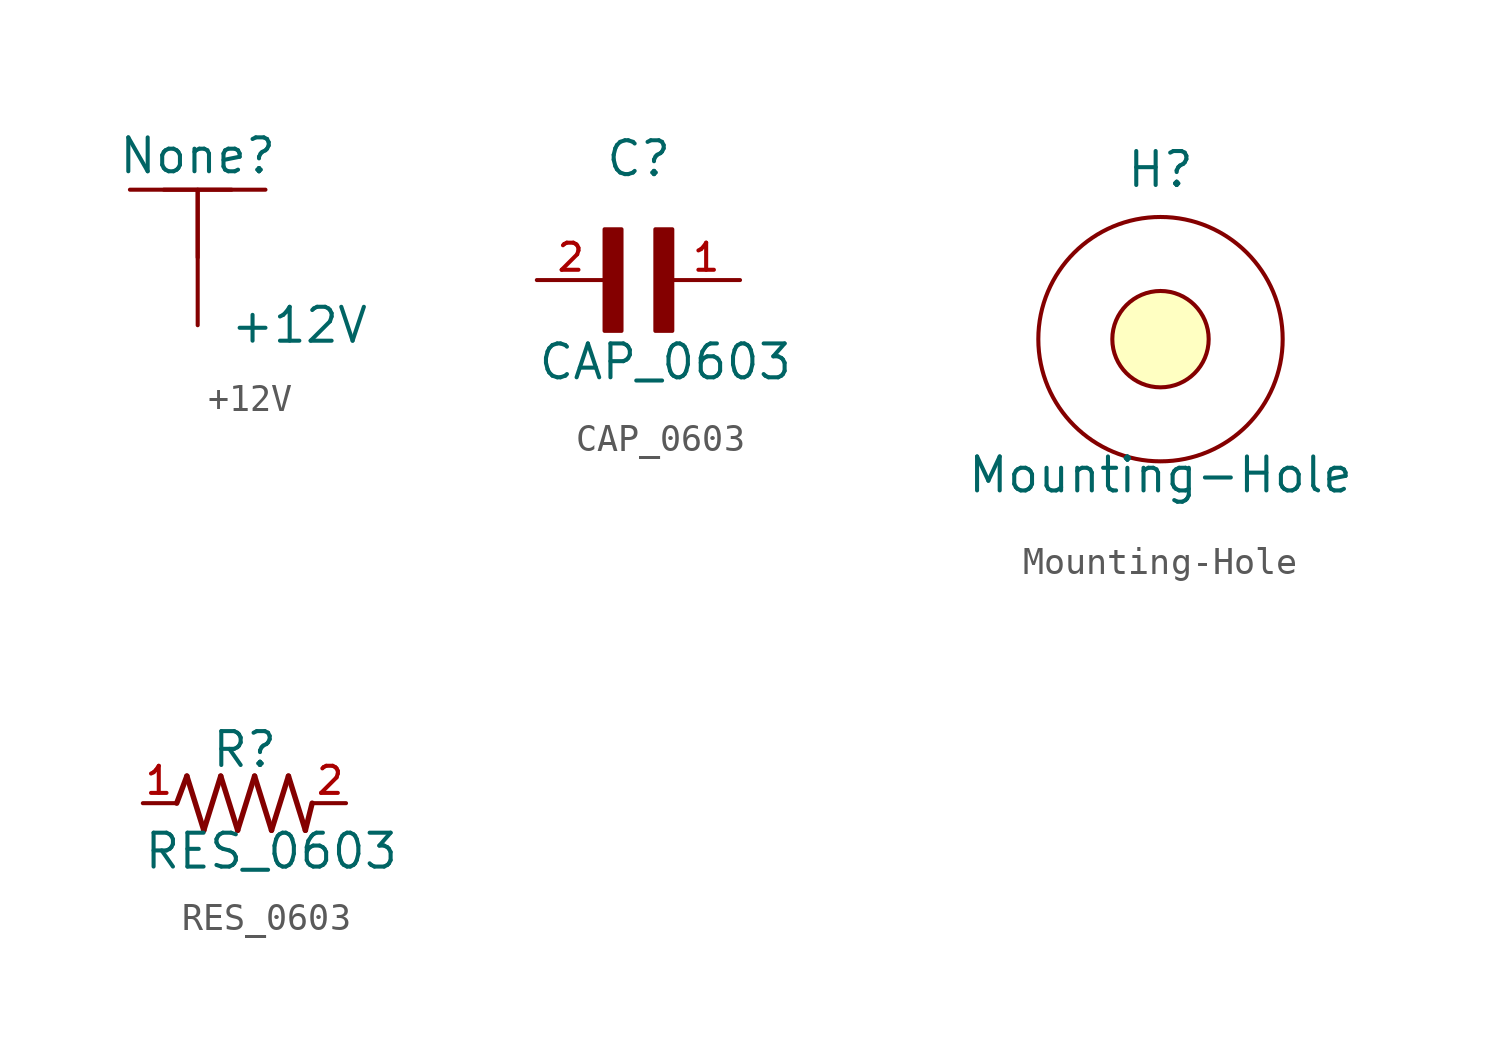
<source format=kicad_sym>
(kicad_symbol_lib
  (version 20211014)
  (generator kicad_symbol_editor)
  (symbol "+12V"
    (power)
    (pin_names
      (offset 1.016))
    (property "Reference" "None"
      (at 0 2.54 0)
      (effects (font (size 1.27 1.27))))
    (property "Value" "+12V"
      (at 3.81 -3.81 0)
      (effects (font (size 1.27 1.27))))
    (symbol "+12V_0_0"
      (pin power_in line (at 0 -3.81 90) (length 5.08) (name "~" (effects (font (size 1.016 1.016)))) (number "~" (effects (font (size 1.016 1.016))))))
    (symbol "+12V_0_1"
      (polyline (pts (xy -2.54 1.27) (xy 2.54 1.27)) (stroke (width 0) (type default) (color 0 0 0 0)) (fill (type none)))
      (polyline (pts (xy 0 -1.27) (xy 0 1.27) (xy -1.27 1.27) (xy 1.27 1.27)) (stroke (width 0) (type default) (color 0 0 0 0)) (fill (type none)))))
  (symbol "CAP_0603"
    (pin_names
      (offset 1.016) hide)
    (property "Reference" "C"
      (at -1.27 3.81 0)
      (effects (font (size 1.27 1.27)) (justify left bottom)))
    (property "Value" "CAP_0603"
      (at -3.81 -3.81 0)
      (effects (font (size 1.27 1.27)) (justify left bottom)))
    (property "ki_locked" ""
      (at 0 0 0)
      (effects (font (size 1.27 1.27))))
    (symbol "CAP_0603_0_0"
      (rectangle (start -1.27 -1.905) (end -0.635 1.905) (stroke (width 0) (type default) (color 0 0 0 0)) (fill (type outline)))
      (rectangle (start 0.635 -1.905) (end 1.27 1.905) (stroke (width 0) (type default) (color 0 0 0 0)) (fill (type outline)))
      (pin passive line (at 3.81 0 180) (length 2.54) (name "~" (effects (font (size 1.016 1.016)))) (number "1" (effects (font (size 1.016 1.016)))))
      (pin passive line (at -3.81 0 0) (length 2.54) (name "~" (effects (font (size 1.016 1.016)))) (number "2" (effects (font (size 1.016 1.016)))))))
  (symbol "Mounting-Hole"
    (pin_names
      (offset 1.016))
    (property "Reference" "H"
      (at 0 6.35 0)
      (effects (font (size 1.27 1.27))))
    (property "Value" "Mounting-Hole"
      (at 0 -5.08 0)
      (effects (font (size 1.27 1.27))))
    (symbol "Mounting-Hole_0_1"
      (circle (center 0 0) (radius 1.803) (stroke (width 0) (type default) (color 0 0 0 0)) (fill (type background)))
      (circle (center 0 0) (radius 4.572) (stroke (width 0) (type default) (color 0 0 0 0)) (fill (type none)))))
  (symbol "RES_0603"
    (pin_names
      (offset 1.016) hide)
    (property "Reference" "R"
      (at -1.27 1.27 0)
      (effects (font (size 1.27 1.27)) (justify left bottom)))
    (property "Value" "RES_0603"
      (at -3.81 -2.54 0)
      (effects (font (size 1.27 1.27)) (justify left bottom)))
    (property "ki_locked" ""
      (at 0 0 0)
      (effects (font (size 1.27 1.27))))
    (symbol "RES_0603_0_0"
      (polyline (pts (xy -2.54 0) (xy -2.159 1.016)) (stroke (width 0.203) (type default) (color 0 0 0 0)) (fill (type none)))
      (polyline (pts (xy -2.159 1.016) (xy -1.524 -1.016)) (stroke (width 0.203) (type default) (color 0 0 0 0)) (fill (type none)))
      (polyline (pts (xy -1.524 -1.016) (xy -0.889 1.016)) (stroke (width 0.203) (type default) (color 0 0 0 0)) (fill (type none)))
      (polyline (pts (xy -0.889 1.016) (xy -0.254 -1.016)) (stroke (width 0.203) (type default) (color 0 0 0 0)) (fill (type none)))
      (polyline (pts (xy -0.254 -1.016) (xy 0.381 1.016)) (stroke (width 0.203) (type default) (color 0 0 0 0)) (fill (type none)))
      (polyline (pts (xy 0.381 1.016) (xy 1.016 -1.016)) (stroke (width 0.203) (type default) (color 0 0 0 0)) (fill (type none)))
      (polyline (pts (xy 1.016 -1.016) (xy 1.651 1.016)) (stroke (width 0.203) (type default) (color 0 0 0 0)) (fill (type none)))
      (polyline (pts (xy 1.651 1.016) (xy 2.286 -1.016)) (stroke (width 0.203) (type default) (color 0 0 0 0)) (fill (type none)))
      (polyline (pts (xy 2.286 -1.016) (xy 2.54 0)) (stroke (width 0.203) (type default) (color 0 0 0 0)) (fill (type none)))
      (pin passive line (at -3.81 0 0) (length 1.194) (name "~" (effects (font (size 1.016 1.016)))) (number "1" (effects (font (size 1.016 1.016)))))
      (pin passive line (at 3.81 0 180) (length 1.194) (name "~" (effects (font (size 1.016 1.016)))) (number "2" (effects (font (size 1.016 1.016))))))))
</source>
